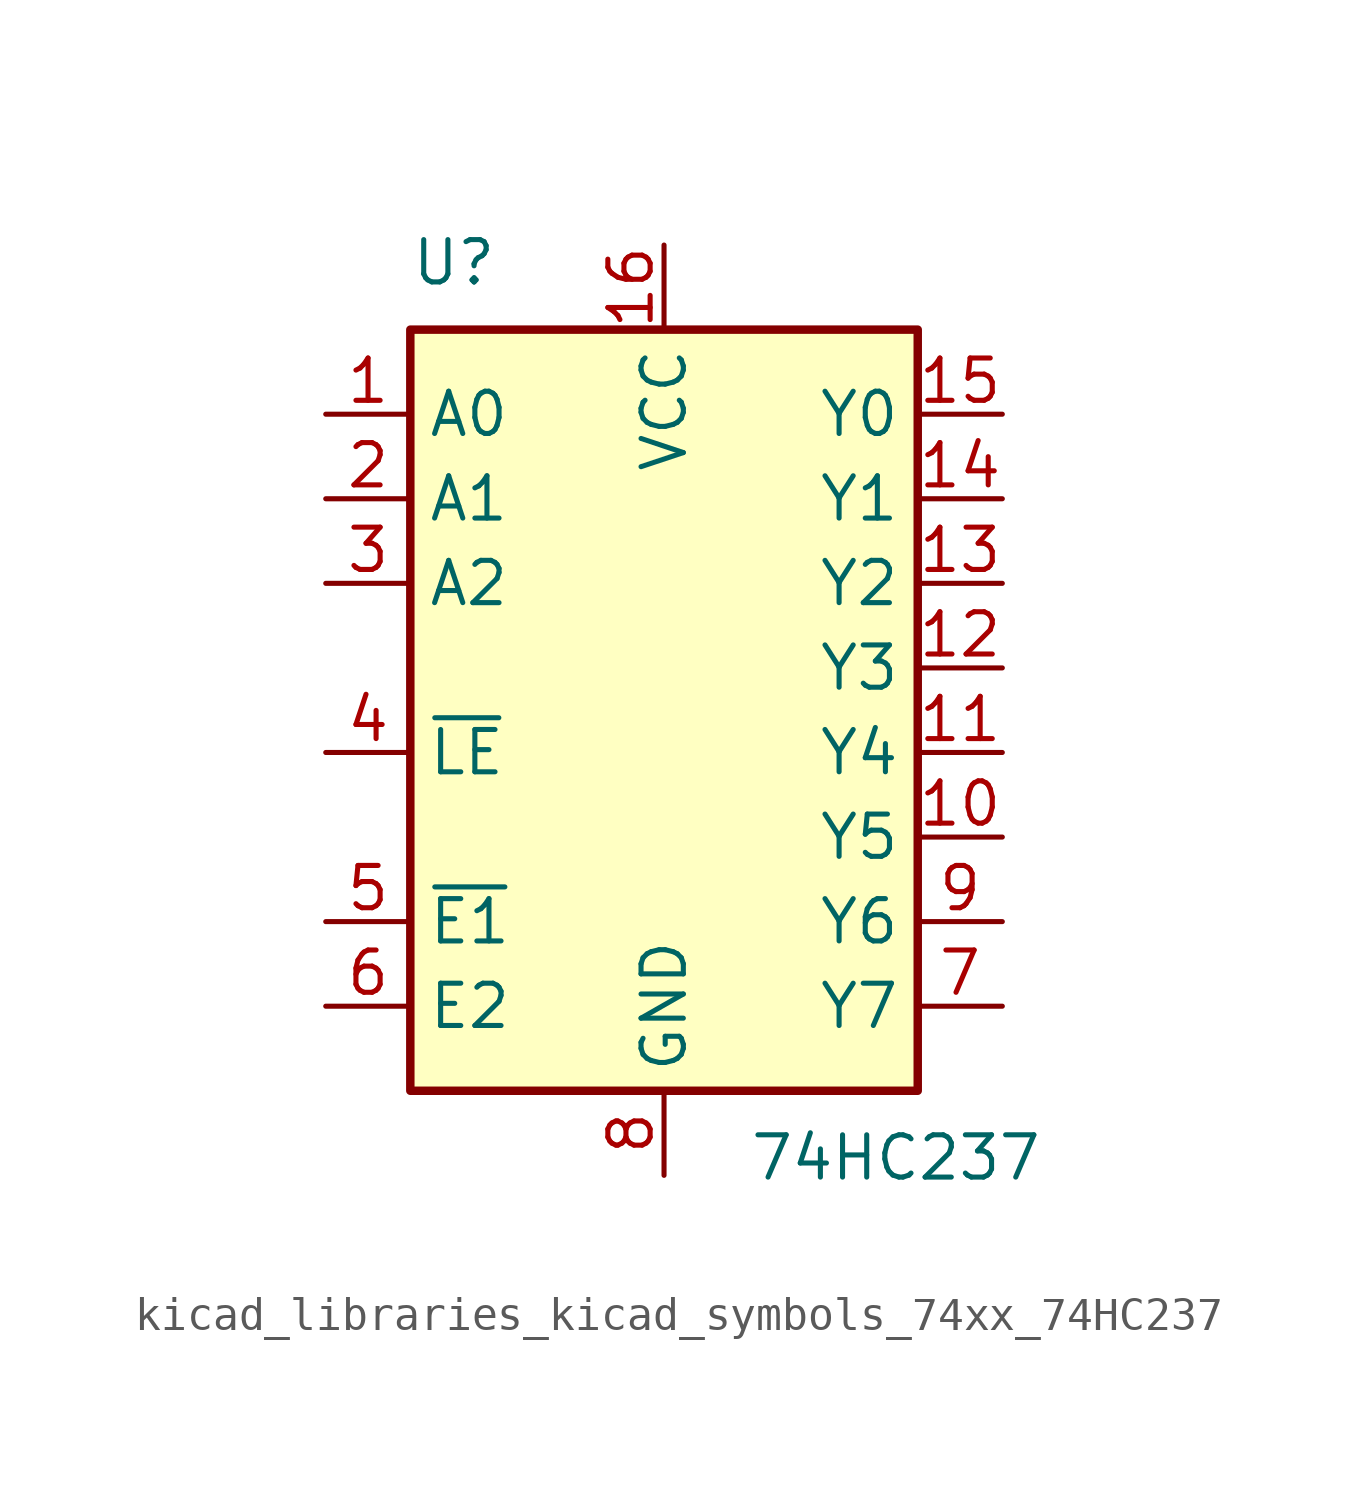
<source format=kicad_sym>
(kicad_symbol_lib
  (version 20220914)
  (generator kicad_symbol_editor)
  (symbol "kicad_libraries_kicad_symbols_74xx_74HC237"
    (property "Reference" "U"
      (at -7.62 13.97 0)
      (effects (font (size 1.27 1.27)) (justify left bottom)))
    (property "Value" "74HC237"
      (at 2.54 -11.43 0)
      (effects (font (size 1.27 1.27)) (justify left top)))
    (symbol "kicad_libraries_kicad_symbols_74xx_74HC237_0_1"
      (rectangle (start -7.62 12.7) (end 7.62 -10.16) (stroke (width 0.254) (type default)) (fill (type background))))
    (symbol "kicad_libraries_kicad_symbols_74xx_74HC237_1_1"
      (pin input line (at -10.16 10.16 0) (length 2.54) (name "A0" (effects (font (size 1.27 1.27)))) (number "1" (effects (font (size 1.27 1.27)))))
      (pin output line (at 10.16 -2.54 180) (length 2.54) (name "Y5" (effects (font (size 1.27 1.27)))) (number "10" (effects (font (size 1.27 1.27)))))
      (pin output line (at 10.16 0 180) (length 2.54) (name "Y4" (effects (font (size 1.27 1.27)))) (number "11" (effects (font (size 1.27 1.27)))))
      (pin output line (at 10.16 2.54 180) (length 2.54) (name "Y3" (effects (font (size 1.27 1.27)))) (number "12" (effects (font (size 1.27 1.27)))))
      (pin output line (at 10.16 5.08 180) (length 2.54) (name "Y2" (effects (font (size 1.27 1.27)))) (number "13" (effects (font (size 1.27 1.27)))))
      (pin output line (at 10.16 7.62 180) (length 2.54) (name "Y1" (effects (font (size 1.27 1.27)))) (number "14" (effects (font (size 1.27 1.27)))))
      (pin output line (at 10.16 10.16 180) (length 2.54) (name "Y0" (effects (font (size 1.27 1.27)))) (number "15" (effects (font (size 1.27 1.27)))))
      (pin power_in line (at 0 15.24 270) (length 2.54) (name "VCC" (effects (font (size 1.27 1.27)))) (number "16" (effects (font (size 1.27 1.27)))))
      (pin input line (at -10.16 7.62 0) (length 2.54) (name "A1" (effects (font (size 1.27 1.27)))) (number "2" (effects (font (size 1.27 1.27)))))
      (pin input line (at -10.16 5.08 0) (length 2.54) (name "A2" (effects (font (size 1.27 1.27)))) (number "3" (effects (font (size 1.27 1.27)))))
      (pin input line (at -10.16 0 0) (length 2.54) (name "~{LE}" (effects (font (size 1.27 1.27)))) (number "4" (effects (font (size 1.27 1.27)))))
      (pin input line (at -10.16 -5.08 0) (length 2.54) (name "~{E1}" (effects (font (size 1.27 1.27)))) (number "5" (effects (font (size 1.27 1.27)))))
      (pin input line (at -10.16 -7.62 0) (length 2.54) (name "E2" (effects (font (size 1.27 1.27)))) (number "6" (effects (font (size 1.27 1.27)))))
      (pin output line (at 10.16 -7.62 180) (length 2.54) (name "Y7" (effects (font (size 1.27 1.27)))) (number "7" (effects (font (size 1.27 1.27)))))
      (pin power_in line (at 0 -12.7 90) (length 2.54) (name "GND" (effects (font (size 1.27 1.27)))) (number "8" (effects (font (size 1.27 1.27)))))
      (pin output line (at 10.16 -5.08 180) (length 2.54) (name "Y6" (effects (font (size 1.27 1.27)))) (number "9" (effects (font (size 1.27 1.27))))))))
</source>
